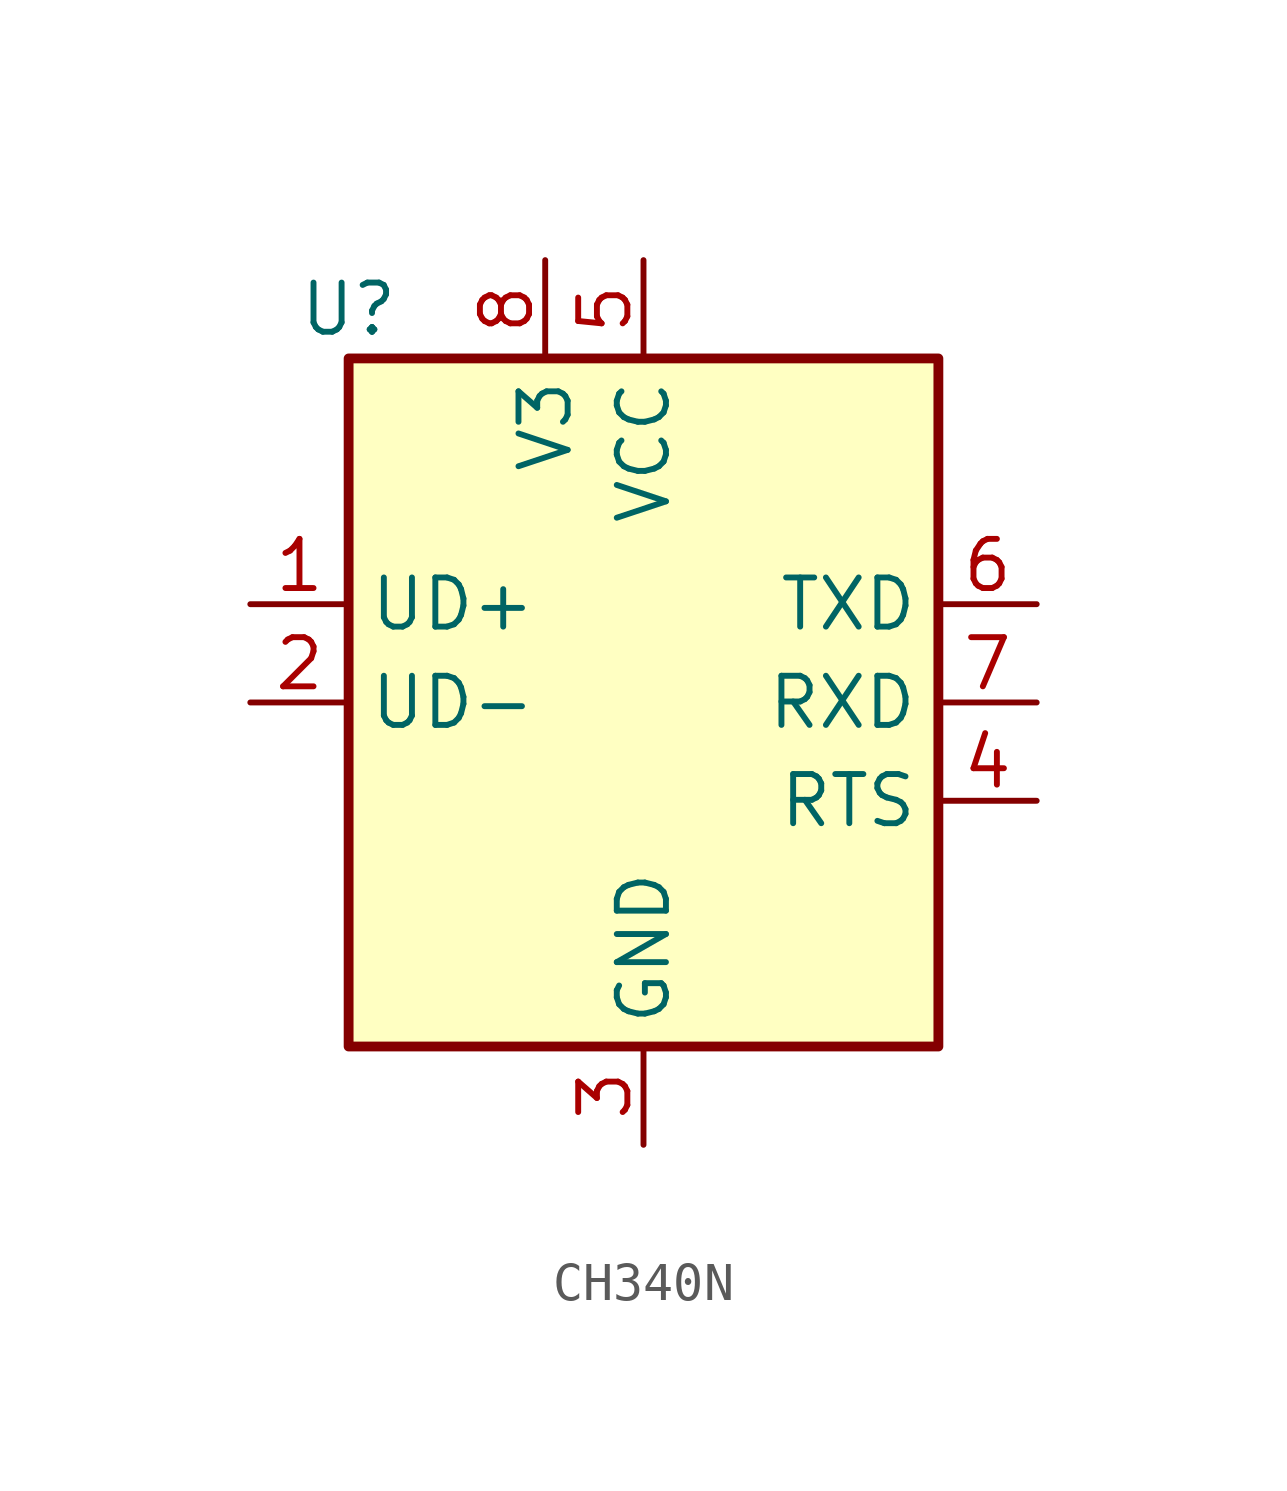
<source format=kicad_sym>
(kicad_symbol_lib
  (version 20220914)
  (generator kicad_symbol_editor)
  (symbol "CH340N"
    (property "Reference" "U"
      (at -6.35 10.16 0)
      (effects (font (size 1.27 1.27))))
    (property "Value" ""
      (at 0 0 0)
      (effects (font (size 1.27 1.27))))
    (symbol "CH340N_0_1"
      (rectangle (start -6.35 8.89) (end 8.89 -8.89) (stroke (width 0.254) (type default)) (fill (type background))))
    (symbol "CH340N_1_1"
      (pin bidirectional line (at -8.89 2.54 0) (length 2.54) (name "UD+" (effects (font (size 1.27 1.27)))) (number "1" (effects (font (size 1.27 1.27)))))
      (pin bidirectional line (at -8.89 0 0) (length 2.54) (name "UD-" (effects (font (size 1.27 1.27)))) (number "2" (effects (font (size 1.27 1.27)))))
      (pin power_in line (at 1.27 -11.43 90) (length 2.54) (name "GND" (effects (font (size 1.27 1.27)))) (number "3" (effects (font (size 1.27 1.27)))))
      (pin input line (at 11.43 -2.54 180) (length 2.54) (name "RTS" (effects (font (size 1.27 1.27)))) (number "4" (effects (font (size 1.27 1.27)))))
      (pin power_in line (at 1.27 11.43 270) (length 2.54) (name "VCC" (effects (font (size 1.27 1.27)))) (number "5" (effects (font (size 1.27 1.27)))))
      (pin output line (at 11.43 2.54 180) (length 2.54) (name "TXD" (effects (font (size 1.27 1.27)))) (number "6" (effects (font (size 1.27 1.27)))))
      (pin input line (at 11.43 0 180) (length 2.54) (name "RXD" (effects (font (size 1.27 1.27)))) (number "7" (effects (font (size 1.27 1.27)))))
      (pin passive line (at -1.27 11.43 270) (length 2.54) (name "V3" (effects (font (size 1.27 1.27)))) (number "8" (effects (font (size 1.27 1.27))))))))
</source>
